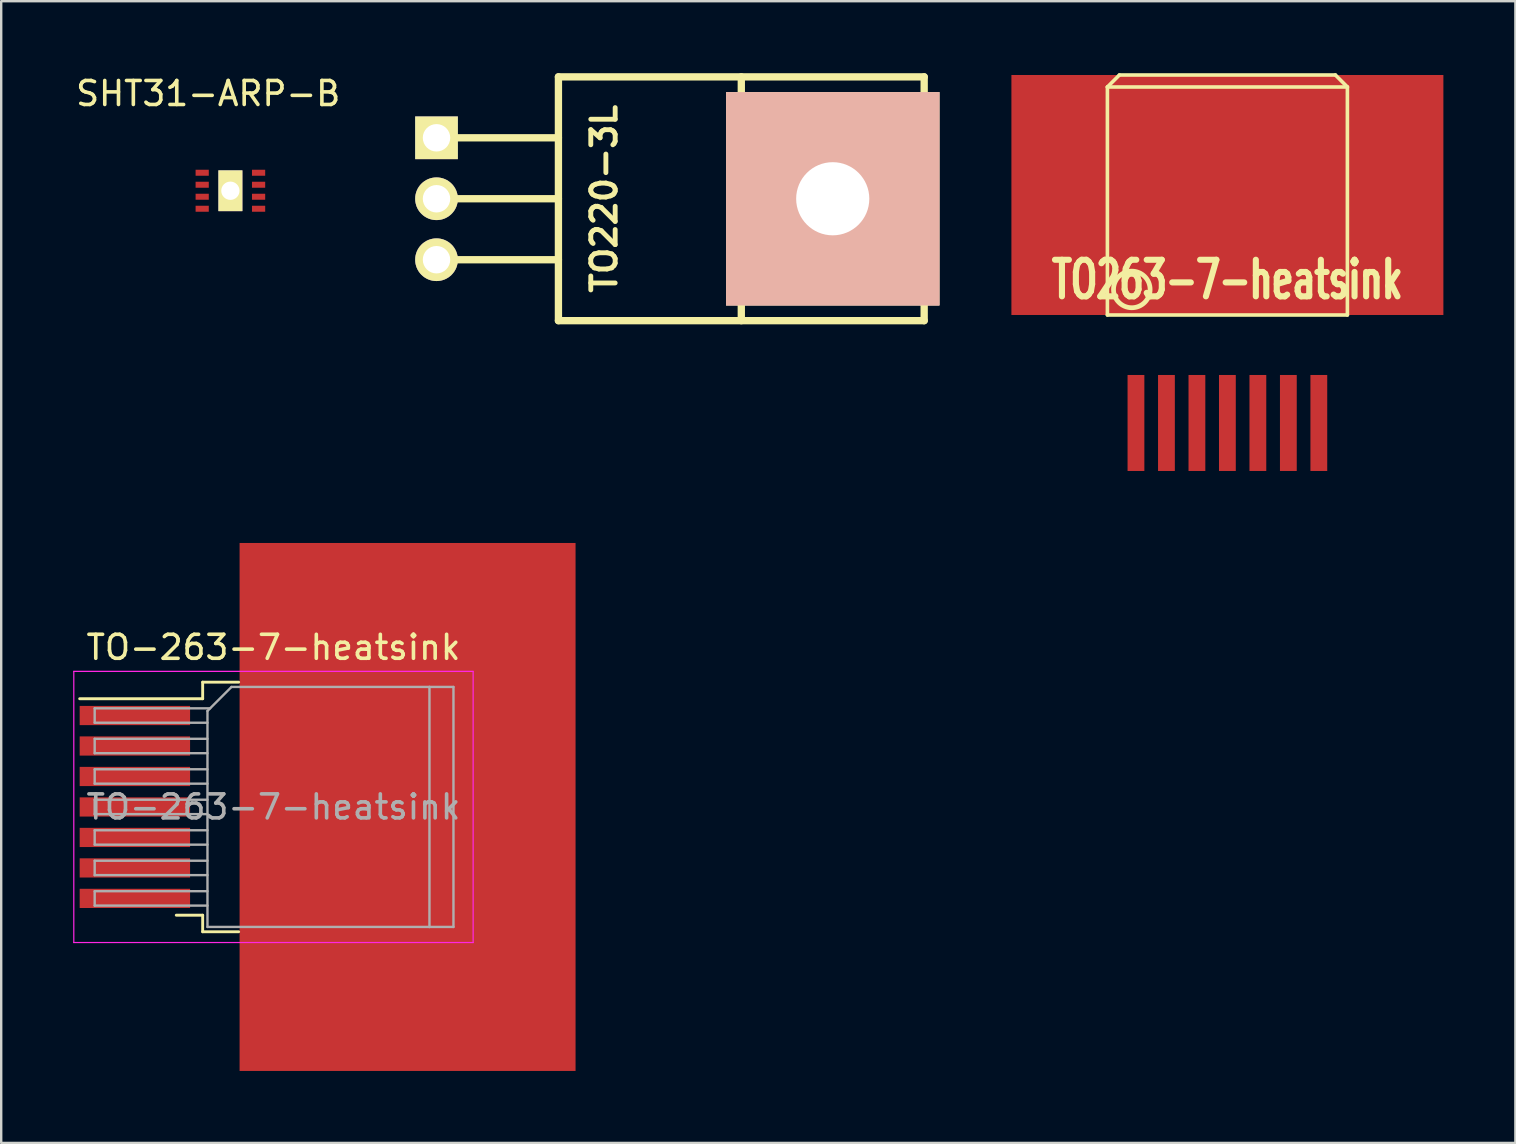
<source format=kicad_pcb>
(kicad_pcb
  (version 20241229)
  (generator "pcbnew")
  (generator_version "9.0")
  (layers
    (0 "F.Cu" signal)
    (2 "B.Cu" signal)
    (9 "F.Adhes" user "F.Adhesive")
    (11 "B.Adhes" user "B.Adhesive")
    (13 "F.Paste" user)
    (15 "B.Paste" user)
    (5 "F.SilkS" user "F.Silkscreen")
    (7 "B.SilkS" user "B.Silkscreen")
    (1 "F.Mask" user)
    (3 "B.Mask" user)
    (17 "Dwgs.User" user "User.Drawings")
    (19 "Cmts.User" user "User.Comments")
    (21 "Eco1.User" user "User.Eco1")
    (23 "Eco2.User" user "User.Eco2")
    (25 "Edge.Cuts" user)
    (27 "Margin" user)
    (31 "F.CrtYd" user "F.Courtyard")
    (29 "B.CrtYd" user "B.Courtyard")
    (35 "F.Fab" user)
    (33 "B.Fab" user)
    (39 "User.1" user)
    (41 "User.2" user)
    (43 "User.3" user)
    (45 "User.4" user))
  (footprint "TO220-3L"
    (layer "F.Cu")
    (at 15.139 5.232)
    (property "Reference" "TO220-3L" (at 6.985 0 90) (layer "F.SilkS") (effects (font (size 1.016 1.016) (thickness 0.203))))
    (attr through_hole)
    (fp_line (start 0 -2.54) (end 5.08 -2.54) (stroke (width 0.305) (type solid)) (layer "F.SilkS"))
    (fp_line (start 0 0) (end 5.08 0) (stroke (width 0.305) (type solid)) (layer "F.SilkS"))
    (fp_line (start 0 2.54) (end 5.08 2.54) (stroke (width 0.305) (type solid)) (layer "F.SilkS"))
    (fp_line (start 5.08 -5.08) (end 5.08 5.08) (stroke (width 0.305) (type solid)) (layer "F.SilkS"))
    (fp_line (start 5.08 5.08) (end 20.32 5.08) (stroke (width 0.305) (type solid)) (layer "F.SilkS"))
    (fp_line (start 12.7 3.81) (end 12.7 -5.08) (stroke (width 0.305) (type solid)) (layer "F.SilkS"))
    (fp_line (start 12.7 3.81) (end 12.7 5.08) (stroke (width 0.305) (type solid)) (layer "F.SilkS"))
    (fp_line (start 20.32 -5.08) (end 5.08 -5.08) (stroke (width 0.305) (type solid)) (layer "F.SilkS"))
    (fp_line (start 20.32 5.08) (end 20.32 -5.08) (stroke (width 0.305) (type solid)) (layer "F.SilkS"))
    (pad "1" thru_hole rect (at 0 -2.54) (size 1.778 1.778) (drill 1.143) (layers "*.Cu" "*.Mask" "F.SilkS"))
    (pad "2" thru_hole circle (at 0 0) (size 1.778 1.778) (drill 1.143) (layers "*.Cu" "*.Mask" "F.SilkS"))
    (pad "3" thru_hole circle (at 0 2.54) (size 1.778 1.778) (drill 1.143) (layers "*.Cu" "*.Mask" "F.SilkS"))
    (pad "4" thru_hole rect (at 16.51 0) (size 8.89 8.89) (drill 3.048) (layers "*.Cu" "*.SilkS" "*.Mask")))
  (footprint "TO-263-7-heatsink"
    (layer "F.Cu")
    (at 8.345 30.575)
    (property "Reference" "TO-263-7-heatsink" (at 0 -6.65 0) (layer "F.SilkS") (effects (font (size 1 1) (thickness 0.15))))
    (attr smd)
    (fp_line (start -2.95 -5.2) (end -2.95 -4.51) (stroke (width 0.12) (type solid)) (layer "F.SilkS"))
    (fp_line (start -2.95 -4.51) (end -8.075 -4.51) (stroke (width 0.12) (type solid)) (layer "F.SilkS"))
    (fp_line (start -2.95 4.51) (end -4.05 4.51) (stroke (width 0.12) (type solid)) (layer "F.SilkS"))
    (fp_line (start -2.95 5.2) (end -2.95 4.51) (stroke (width 0.12) (type solid)) (layer "F.SilkS"))
    (fp_line (start -1.45 -5.2) (end -2.95 -5.2) (stroke (width 0.12) (type solid)) (layer "F.SilkS"))
    (fp_line (start -1.45 5.2) (end -2.95 5.2) (stroke (width 0.12) (type solid)) (layer "F.SilkS"))
    (fp_line (start -8.32 -5.65) (end -8.32 5.65) (stroke (width 0.05) (type solid)) (layer "F.CrtYd"))
    (fp_line (start -8.32 5.65) (end 8.32 5.65) (stroke (width 0.05) (type solid)) (layer "F.CrtYd"))
    (fp_line (start 8.32 -5.65) (end -8.32 -5.65) (stroke (width 0.05) (type solid)) (layer "F.CrtYd"))
    (fp_line (start 8.32 5.65) (end 8.32 -5.65) (stroke (width 0.05) (type solid)) (layer "F.CrtYd"))
    (fp_line (start -7.45 -4.11) (end -7.45 -3.51) (stroke (width 0.1) (type solid)) (layer "F.Fab"))
    (fp_line (start -7.45 -3.51) (end -2.75 -3.51) (stroke (width 0.1) (type solid)) (layer "F.Fab"))
    (fp_line (start -7.45 -2.84) (end -7.45 -2.24) (stroke (width 0.1) (type solid)) (layer "F.Fab"))
    (fp_line (start -7.45 -2.24) (end -2.75 -2.24) (stroke (width 0.1) (type solid)) (layer "F.Fab"))
    (fp_line (start -7.45 -1.57) (end -7.45 -0.97) (stroke (width 0.1) (type solid)) (layer "F.Fab"))
    (fp_line (start -7.45 -0.97) (end -2.75 -0.97) (stroke (width 0.1) (type solid)) (layer "F.Fab"))
    (fp_line (start -7.45 -0.3) (end -7.45 0.3) (stroke (width 0.1) (type solid)) (layer "F.Fab"))
    (fp_line (start -7.45 0.3) (end -2.75 0.3) (stroke (width 0.1) (type solid)) (layer "F.Fab"))
    (fp_line (start -7.45 0.97) (end -7.45 1.57) (stroke (width 0.1) (type solid)) (layer "F.Fab"))
    (fp_line (start -7.45 1.57) (end -2.75 1.57) (stroke (width 0.1) (type solid)) (layer "F.Fab"))
    (fp_line (start -7.45 2.24) (end -7.45 2.84) (stroke (width 0.1) (type solid)) (layer "F.Fab"))
    (fp_line (start -7.45 2.84) (end -2.75 2.84) (stroke (width 0.1) (type solid)) (layer "F.Fab"))
    (fp_line (start -7.45 3.51) (end -7.45 4.11) (stroke (width 0.1) (type solid)) (layer "F.Fab"))
    (fp_line (start -7.45 4.11) (end -2.75 4.11) (stroke (width 0.1) (type solid)) (layer "F.Fab"))
    (fp_line (start -2.75 -4) (end -1.75 -5) (stroke (width 0.1) (type solid)) (layer "F.Fab"))
    (fp_line (start -2.75 -2.84) (end -7.45 -2.84) (stroke (width 0.1) (type solid)) (layer "F.Fab"))
    (fp_line (start -2.75 -1.57) (end -7.45 -1.57) (stroke (width 0.1) (type solid)) (layer "F.Fab"))
    (fp_line (start -2.75 -0.3) (end -7.45 -0.3) (stroke (width 0.1) (type solid)) (layer "F.Fab"))
    (fp_line (start -2.75 0.97) (end -7.45 0.97) (stroke (width 0.1) (type solid)) (layer "F.Fab"))
    (fp_line (start -2.75 2.24) (end -7.45 2.24) (stroke (width 0.1) (type solid)) (layer "F.Fab"))
    (fp_line (start -2.75 3.51) (end -7.45 3.51) (stroke (width 0.1) (type solid)) (layer "F.Fab"))
    (fp_line (start -2.75 5) (end -2.75 -4) (stroke (width 0.1) (type solid)) (layer "F.Fab"))
    (fp_line (start -2.64 -4.11) (end -7.45 -4.11) (stroke (width 0.1) (type solid)) (layer "F.Fab"))
    (fp_line (start -1.75 -5) (end 6.5 -5) (stroke (width 0.1) (type solid)) (layer "F.Fab"))
    (fp_line (start 6.5 -5) (end 6.5 5) (stroke (width 0.1) (type solid)) (layer "F.Fab"))
    (fp_line (start 6.5 -5) (end 7.5 -5) (stroke (width 0.1) (type solid)) (layer "F.Fab"))
    (fp_line (start 6.5 5) (end -2.75 5) (stroke (width 0.1) (type solid)) (layer "F.Fab"))
    (fp_line (start 7.5 -5) (end 7.5 5) (stroke (width 0.1) (type solid)) (layer "F.Fab"))
    (fp_line (start 7.5 5) (end 6.5 5) (stroke (width 0.1) (type solid)) (layer "F.Fab"))
    (fp_text user "${REFERENCE}" (at 0 0 0) (layer "F.Fab") (effects (font (size 1 1) (thickness 0.15))))
    (pad "1" smd rect (at -5.775 -3.81) (size 4.6 0.8) (layers "F.Cu" "F.Mask" "F.Paste"))
    (pad "2" smd rect (at -5.775 -2.54) (size 4.6 0.8) (layers "F.Cu" "F.Mask" "F.Paste"))
    (pad "3" smd rect (at -5.775 -1.27) (size 4.6 0.8) (layers "F.Cu" "F.Mask" "F.Paste"))
    (pad "4" smd rect (at -5.775 0) (size 4.6 0.8) (layers "F.Cu" "F.Mask" "F.Paste"))
    (pad "4" smd rect (at 0.95 -2.775) (size 4.55 5.25) (layers "F.Cu" "F.Paste"))
    (pad "4" smd rect (at 0.95 2.775) (size 4.55 5.25) (layers "F.Cu" "F.Paste"))
    (pad "4" smd rect (at 5.588 0) (size 14 22) (layers "F.Cu" "F.Mask"))
    (pad "4" smd rect (at 5.8 -2.775) (size 4.55 5.25) (layers "F.Cu" "F.Paste"))
    (pad "4" smd rect (at 5.8 2.775) (size 4.55 5.25) (layers "F.Cu" "F.Paste"))
    (pad "5" smd rect (at -5.775 1.27) (size 4.6 0.8) (layers "F.Cu" "F.Mask" "F.Paste"))
    (pad "6" smd rect (at -5.775 2.54) (size 4.6 0.8) (layers "F.Cu" "F.Mask" "F.Paste"))
    (pad "7" smd rect (at -5.775 3.81) (size 4.6 0.8) (layers "F.Cu" "F.Mask" "F.Paste")))
  (footprint "SHT31-ARP-B"
    (layer "F.Cu")
    (at 5.375 4.148)
    (property "Reference" "SHT31-ARP-B" (at 0.25 -3.3 0) (layer "F.SilkS") (effects (font (size 1 1) (thickness 0.15))))
    (attr through_hole)
    (pad "" np_thru_hole rect (at 1.175 0.75) (size 1 1.7) (drill 0.762) (layers "*.Cu" "*.Mask" "F.SilkS"))
    (pad "1" smd rect (at 0 0) (size 0.55 0.25) (layers "F.Cu" "F.Mask" "F.Paste"))
    (pad "2" smd rect (at 0 0.5) (size 0.55 0.25) (layers "F.Cu" "F.Mask" "F.Paste"))
    (pad "3" smd rect (at 0 1) (size 0.55 0.25) (layers "F.Cu" "F.Mask" "F.Paste"))
    (pad "4" smd rect (at 0 1.5) (size 0.55 0.25) (layers "F.Cu" "F.Mask" "F.Paste"))
    (pad "5" smd rect (at 2.35 1.5) (size 0.55 0.25) (layers "F.Cu" "F.Mask" "F.Paste"))
    (pad "6" smd rect (at 2.35 1) (size 0.55 0.25) (layers "F.Cu" "F.Mask" "F.Paste"))
    (pad "7" smd rect (at 2.35 0.5) (size 0.55 0.25) (layers "F.Cu" "F.Mask" "F.Paste"))
    (pad "8" smd rect (at 2.35 0) (size 0.55 0.25) (layers "F.Cu" "F.Mask" "F.Paste")))
  (footprint "TO263-7-heatsink"
    (layer "F.Cu")
    (at 48.094 14.575)
    (property "Reference" "TO263-7-heatsink" (at 0 -5.969 0) (layer "F.SilkS") (effects (font (size 1.524 1.016) (thickness 0.254))))
    (attr smd)
    (fp_line (start -5 -14) (end -5 -4.5) (stroke (width 0.15) (type solid)) (layer "F.SilkS"))
    (fp_line (start -5 -14) (end 5 -14) (stroke (width 0.15) (type solid)) (layer "F.SilkS"))
    (fp_line (start -5 -4.5) (end 5 -4.5) (stroke (width 0.15) (type solid)) (layer "F.SilkS"))
    (fp_line (start -4.5 -14.5) (end -5 -14) (stroke (width 0.15) (type solid)) (layer "F.SilkS"))
    (fp_line (start 4.5 -14.5) (end -4.5 -14.5) (stroke (width 0.15) (type solid)) (layer "F.SilkS"))
    (fp_line (start 5 -14) (end 4.5 -14.5) (stroke (width 0.15) (type solid)) (layer "F.SilkS"))
    (fp_line (start 5 -4.5) (end 5 -14) (stroke (width 0.15) (type solid)) (layer "F.SilkS"))
    (fp_circle (center -3.983 -5.564) (end -3.983 -4.802) (stroke (width 0.198) (type solid)) (fill no) (layer "F.SilkS"))
    (pad "1" smd rect (at -3.81 0) (size 0.7 4) (layers "F.Cu" "F.Mask" "F.Paste"))
    (pad "2" smd rect (at -2.54 0) (size 0.7 4) (layers "F.Cu" "F.Mask" "F.Paste"))
    (pad "3" smd rect (at -1.27 0) (size 0.7 4) (layers "F.Cu" "F.Mask" "F.Paste"))
    (pad "4" smd rect (at 0 -9.5) (size 18 10) (layers "F.Cu" "F.Mask" "F.Paste"))
    (pad "4" smd rect (at 0 0) (size 0.7 4) (layers "F.Cu" "F.Mask" "F.Paste"))
    (pad "5" smd rect (at 1.27 0) (size 0.7 4) (layers "F.Cu" "F.Mask" "F.Paste"))
    (pad "6" smd rect (at 2.54 0) (size 0.7 4) (layers "F.Cu" "F.Mask" "F.Paste"))
    (pad "7" smd rect (at 3.81 0) (size 0.7 4) (layers "F.Cu" "F.Mask" "F.Paste")))
  (gr_rect
    (start -3 -3)
    (end 60.094 44.575)
    (stroke (width 0.1) (type default))
    (fill no)
    (layer "Edge.Cuts")))
</source>
